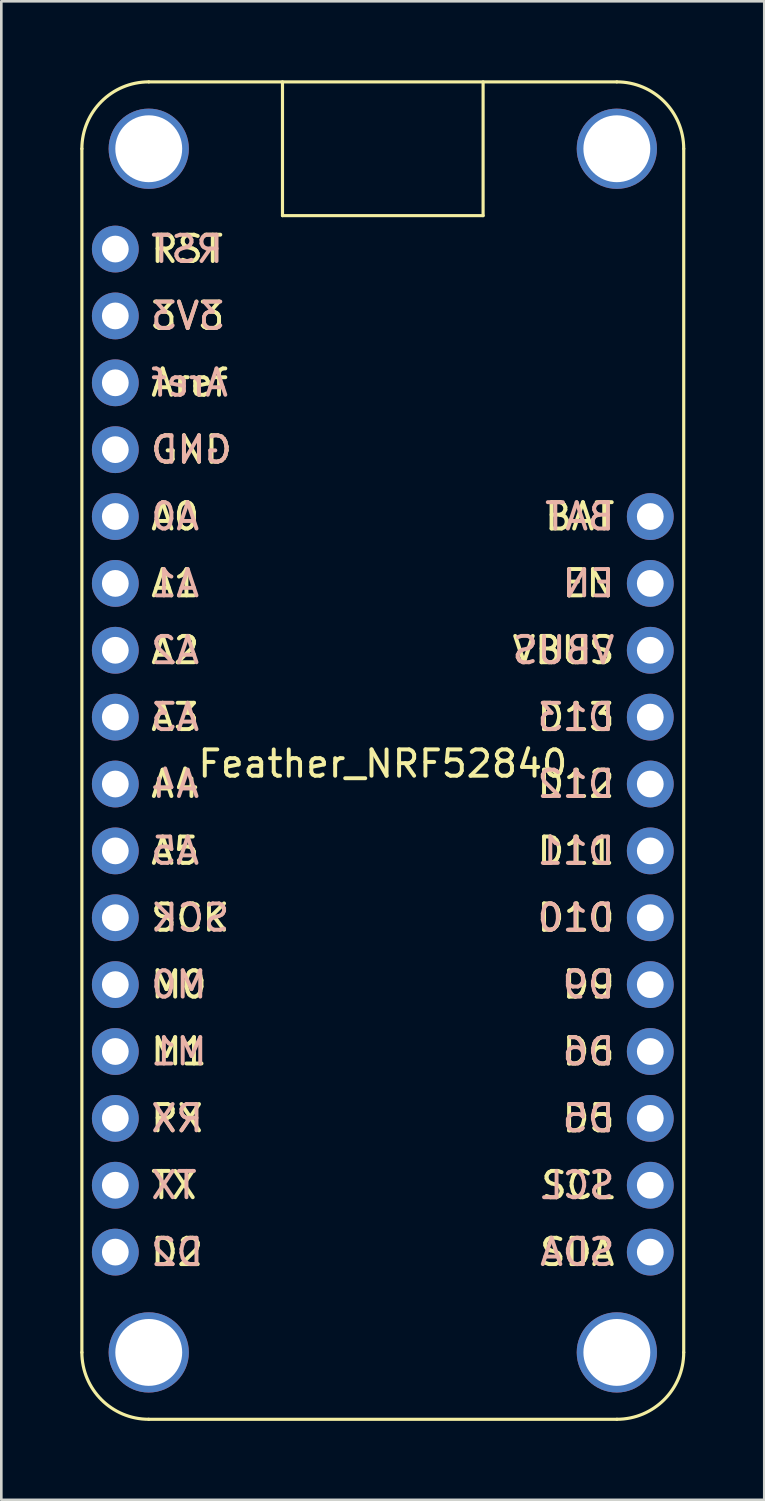
<source format=kicad_pcb>
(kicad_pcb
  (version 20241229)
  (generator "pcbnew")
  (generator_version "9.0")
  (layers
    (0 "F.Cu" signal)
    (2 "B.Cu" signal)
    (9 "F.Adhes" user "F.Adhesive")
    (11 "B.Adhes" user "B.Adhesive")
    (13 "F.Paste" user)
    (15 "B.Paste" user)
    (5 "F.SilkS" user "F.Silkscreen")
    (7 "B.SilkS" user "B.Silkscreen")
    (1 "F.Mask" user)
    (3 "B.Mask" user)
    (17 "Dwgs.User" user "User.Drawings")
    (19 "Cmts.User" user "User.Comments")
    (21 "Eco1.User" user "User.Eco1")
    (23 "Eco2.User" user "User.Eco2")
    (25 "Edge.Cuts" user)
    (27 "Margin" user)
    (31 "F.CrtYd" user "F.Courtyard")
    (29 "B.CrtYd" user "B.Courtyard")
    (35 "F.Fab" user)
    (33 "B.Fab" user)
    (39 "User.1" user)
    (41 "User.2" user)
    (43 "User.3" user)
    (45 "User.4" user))
  (footprint "Feather_NRF52840"
    (layer "F.Cu")
    (at 11.49 25.46)
    (property "Reference" "Feather_NRF52840" (at 0 0.5 0) (layer "F.SilkS") (effects (font (size 1 1) (thickness 0.15))))
    (attr through_hole)
    (fp_line (start -11.43 -22.86) (end -11.43 22.86) (stroke (width 0.12) (type solid)) (layer "F.SilkS"))
    (fp_line (start -8.89 25.4) (end 8.89 25.4) (stroke (width 0.12) (type solid)) (layer "F.SilkS"))
    (fp_line (start -3.81 -20.32) (end -3.81 -25.4) (stroke (width 0.12) (type solid)) (layer "F.SilkS"))
    (fp_line (start 3.81 -25.4) (end 3.81 -20.32) (stroke (width 0.12) (type solid)) (layer "F.SilkS"))
    (fp_line (start 3.81 -20.32) (end -3.81 -20.32) (stroke (width 0.12) (type solid)) (layer "F.SilkS"))
    (fp_line (start 8.89 -25.4) (end -8.89 -25.4) (stroke (width 0.12) (type solid)) (layer "F.SilkS"))
    (fp_line (start 11.43 22.86) (end 11.43 -22.86) (stroke (width 0.12) (type solid)) (layer "F.SilkS"))
    (fp_arc (start -11.43 -22.86) (mid -10.686051 -24.656051) (end -8.89 -25.4) (stroke (width 0.12) (type solid)) (layer "F.SilkS"))
    (fp_arc (start -8.89 25.4) (mid -10.686051 24.656051) (end -11.43 22.86) (stroke (width 0.12) (type solid)) (layer "F.SilkS"))
    (fp_arc (start 8.89 -25.4) (mid 10.686051 -24.656051) (end 11.43 -22.86) (stroke (width 0.12) (type solid)) (layer "F.SilkS"))
    (fp_arc (start 11.43 22.86) (mid 10.686051 24.656051) (end 8.89 25.4) (stroke (width 0.12) (type solid)) (layer "F.SilkS"))
    (fp_text user "A2" (at -8.89 -3.81 0) (layer "F.SilkS") (effects (font (size 1 1) (thickness 0.15)) (justify left)))
    (fp_text user "D13" (at 8.89 -1.27 0) (layer "F.SilkS") (effects (font (size 1 1) (thickness 0.15)) (justify right)))
    (fp_text user "SDA" (at 8.89 19.05 0) (layer "F.SilkS") (effects (font (size 1 1) (thickness 0.15)) (justify right)))
    (fp_text user "D11" (at 8.89 3.81 0) (layer "F.SilkS") (effects (font (size 1 1) (thickness 0.15)) (justify right)))
    (fp_text user "M0" (at -8.89 8.89 0) (layer "F.SilkS") (effects (font (size 1 1) (thickness 0.15)) (justify left)))
    (fp_text user "A1" (at -8.89 -6.35 0) (layer "F.SilkS") (effects (font (size 1 1) (thickness 0.15)) (justify left)))
    (fp_text user "SCK" (at -8.89 6.35 0) (layer "F.SilkS") (effects (font (size 1 1) (thickness 0.15)) (justify left)))
    (fp_text user "TX" (at -8.89 16.51 0) (layer "F.SilkS") (effects (font (size 1 1) (thickness 0.15)) (justify left)))
    (fp_text user "3V3" (at -8.89 -16.51 0) (layer "F.SilkS") (effects (font (size 1 1) (thickness 0.15)) (justify left)))
    (fp_text user "D10" (at 8.89 6.35 0) (layer "F.SilkS") (effects (font (size 1 1) (thickness 0.15)) (justify right)))
    (fp_text user "D12" (at 8.89 1.27 0) (layer "F.SilkS") (effects (font (size 1 1) (thickness 0.15)) (justify right)))
    (fp_text user "A0" (at -8.89 -8.89 0) (layer "F.SilkS") (effects (font (size 1 1) (thickness 0.15)) (justify left)))
    (fp_text user "BAT" (at 8.89 -8.89 0) (layer "F.SilkS") (effects (font (size 1 1) (thickness 0.15)) (justify right)))
    (fp_text user "GND" (at -8.89 -11.43 0) (layer "F.SilkS") (effects (font (size 1 1) (thickness 0.15)) (justify left)))
    (fp_text user "Aref" (at -8.89 -13.97 0) (layer "F.SilkS") (effects (font (size 1 1) (thickness 0.15)) (justify left)))
    (fp_text user "D9" (at 8.89 8.89 0) (layer "F.SilkS") (effects (font (size 1 1) (thickness 0.15)) (justify right)))
    (fp_text user "VBUS" (at 8.89 -3.81 0) (layer "F.SilkS") (effects (font (size 1 1) (thickness 0.15)) (justify right)))
    (fp_text user "A3" (at -8.89 -1.27 0) (layer "F.SilkS") (effects (font (size 1 1) (thickness 0.15)) (justify left)))
    (fp_text user "M1" (at -8.89 11.43 0) (layer "F.SilkS") (effects (font (size 1 1) (thickness 0.15)) (justify left)))
    (fp_text user "D2" (at -8.89 19.05 0) (layer "F.SilkS") (effects (font (size 1 1) (thickness 0.15)) (justify left)))
    (fp_text user "D6" (at 8.89 11.43 0) (layer "F.SilkS") (effects (font (size 1 1) (thickness 0.15)) (justify right)))
    (fp_text user "D5" (at 8.89 13.97 0) (layer "F.SilkS") (effects (font (size 1 1) (thickness 0.15)) (justify right)))
    (fp_text user "RX" (at -8.89 13.97 0) (layer "F.SilkS") (effects (font (size 1 1) (thickness 0.15)) (justify left)))
    (fp_text user "A5" (at -8.89 3.81 0) (layer "F.SilkS") (effects (font (size 1 1) (thickness 0.15)) (justify left)))
    (fp_text user "RST" (at -8.89 -19.05 0) (layer "F.SilkS") (effects (font (size 1 1) (thickness 0.15)) (justify left)))
    (fp_text user "SCL" (at 8.89 16.51 0) (layer "F.SilkS") (effects (font (size 1 1) (thickness 0.15)) (justify right)))
    (fp_text user "EN" (at 8.89 -6.35 0) (layer "F.SilkS") (effects (font (size 1 1) (thickness 0.15)) (justify right)))
    (fp_text user "A4" (at -8.89 1.27 0) (layer "F.SilkS") (effects (font (size 1 1) (thickness 0.15)) (justify left)))
    (fp_text user "M1" (at -8.89 11.43 180) (layer "B.SilkS") (effects (font (size 1 1) (thickness 0.15)) (justify right mirror)))
    (fp_text user "D9" (at 8.89 8.89 180) (layer "B.SilkS") (effects (font (size 1 1) (thickness 0.15)) (justify left mirror)))
    (fp_text user "D6" (at 8.89 11.43 180) (layer "B.SilkS") (effects (font (size 1 1) (thickness 0.15)) (justify left mirror)))
    (fp_text user "GND" (at -8.89 -11.43 180) (layer "B.SilkS") (effects (font (size 1 1) (thickness 0.15)) (justify right mirror)))
    (fp_text user "SCL" (at 8.89 16.51 180) (layer "B.SilkS") (effects (font (size 1 1) (thickness 0.15)) (justify left mirror)))
    (fp_text user "A5" (at -8.89 3.81 180) (layer "B.SilkS") (effects (font (size 1 1) (thickness 0.15)) (justify right mirror)))
    (fp_text user "RX" (at -8.89 13.97 180) (layer "B.SilkS") (effects (font (size 1 1) (thickness 0.15)) (justify right mirror)))
    (fp_text user "SDA" (at 8.89 19.05 180) (layer "B.SilkS") (effects (font (size 1 1) (thickness 0.15)) (justify left mirror)))
    (fp_text user "D13" (at 8.89 -1.27 180) (layer "B.SilkS") (effects (font (size 1 1) (thickness 0.15)) (justify left mirror)))
    (fp_text user "D2" (at -8.89 19.05 180) (layer "B.SilkS") (effects (font (size 1 1) (thickness 0.15)) (justify right mirror)))
    (fp_text user "A2" (at -8.89 -3.81 180) (layer "B.SilkS") (effects (font (size 1 1) (thickness 0.15)) (justify right mirror)))
    (fp_text user "RST" (at -8.89 -19.05 180) (layer "B.SilkS") (effects (font (size 1 1) (thickness 0.15)) (justify right mirror)))
    (fp_text user "M0" (at -8.89 8.89 180) (layer "B.SilkS") (effects (font (size 1 1) (thickness 0.15)) (justify right mirror)))
    (fp_text user "D12" (at 8.89 1.27 180) (layer "B.SilkS") (effects (font (size 1 1) (thickness 0.15)) (justify left mirror)))
    (fp_text user "A1" (at -8.89 -6.35 180) (layer "B.SilkS") (effects (font (size 1 1) (thickness 0.15)) (justify right mirror)))
    (fp_text user "BAT" (at 8.89 -8.89 180) (layer "B.SilkS") (effects (font (size 1 1) (thickness 0.15)) (justify left mirror)))
    (fp_text user "D10" (at 8.89 6.35 180) (layer "B.SilkS") (effects (font (size 1 1) (thickness 0.15)) (justify left mirror)))
    (fp_text user "SCK" (at -8.89 6.35 180) (layer "B.SilkS") (effects (font (size 1 1) (thickness 0.15)) (justify right mirror)))
    (fp_text user "D5" (at 8.89 13.97 180) (layer "B.SilkS") (effects (font (size 1 1) (thickness 0.15)) (justify left mirror)))
    (fp_text user "A4" (at -8.89 1.27 180) (layer "B.SilkS") (effects (font (size 1 1) (thickness 0.15)) (justify right mirror)))
    (fp_text user "TX" (at -8.89 16.51 180) (layer "B.SilkS") (effects (font (size 1 1) (thickness 0.15)) (justify right mirror)))
    (fp_text user "A0" (at -8.89 -8.89 180) (layer "B.SilkS") (effects (font (size 1 1) (thickness 0.15)) (justify right mirror)))
    (fp_text user "EN" (at 8.89 -6.35 180) (layer "B.SilkS") (effects (font (size 1 1) (thickness 0.15)) (justify left mirror)))
    (fp_text user "Aref" (at -8.89 -13.97 180) (layer "B.SilkS") (effects (font (size 1 1) (thickness 0.15)) (justify right mirror)))
    (fp_text user "VBUS" (at 8.89 -3.81 180) (layer "B.SilkS") (effects (font (size 1 1) (thickness 0.15)) (justify left mirror)))
    (fp_text user "A3" (at -8.89 -1.27 180) (layer "B.SilkS") (effects (font (size 1 1) (thickness 0.15)) (justify right mirror)))
    (fp_text user "3V3" (at -8.89 -16.51 180) (layer "B.SilkS") (effects (font (size 1 1) (thickness 0.15)) (justify right mirror)))
    (fp_text user "D11" (at 8.89 3.81 180) (layer "B.SilkS") (effects (font (size 1 1) (thickness 0.15)) (justify left mirror)))
    (pad "" np_thru_hole circle (at -8.89 -22.86) (size 3.048 3.048) (drill 2.54) (layers "*.Cu" "*.Mask"))
    (pad "" np_thru_hole circle (at -8.89 22.86) (size 3.048 3.048) (drill 2.54) (layers "*.Cu" "*.Mask"))
    (pad "" np_thru_hole circle (at 8.89 -22.86) (size 3.048 3.048) (drill 2.54) (layers "*.Cu" "*.Mask"))
    (pad "" np_thru_hole circle (at 8.89 22.86) (size 3.048 3.048) (drill 2.54) (layers "*.Cu" "*.Mask"))
    (pad "1" thru_hole circle (at -10.16 -19.05) (size 1.778 1.778) (drill 1.016) (layers "*.Mask" "B.Cu"))
    (pad "2" thru_hole circle (at -10.16 -16.51) (size 1.778 1.778) (drill 1.016) (layers "*.Mask" "B.Cu"))
    (pad "3" thru_hole circle (at -10.16 -13.97) (size 1.778 1.778) (drill 1.016) (layers "*.Mask" "B.Cu"))
    (pad "4" thru_hole circle (at -10.16 -11.43) (size 1.778 1.778) (drill 1.016) (layers "*.Mask" "B.Cu"))
    (pad "5" thru_hole circle (at -10.16 -8.89) (size 1.778 1.778) (drill 1.016) (layers "*.Mask" "B.Cu"))
    (pad "6" thru_hole circle (at -10.16 -6.35) (size 1.778 1.778) (drill 1.016) (layers "*.Mask" "B.Cu"))
    (pad "7" thru_hole circle (at -10.16 -3.81) (size 1.778 1.778) (drill 1.016) (layers "*.Mask" "B.Cu"))
    (pad "8" thru_hole circle (at -10.16 -1.27) (size 1.778 1.778) (drill 1.016) (layers "*.Mask" "B.Cu"))
    (pad "9" thru_hole circle (at -10.16 1.27) (size 1.778 1.778) (drill 1.016) (layers "*.Mask" "B.Cu"))
    (pad "10" thru_hole circle (at -10.16 3.81) (size 1.778 1.778) (drill 1.016) (layers "*.Mask" "B.Cu"))
    (pad "11" thru_hole circle (at -10.16 6.35) (size 1.778 1.778) (drill 1.016) (layers "*.Mask" "B.Cu"))
    (pad "12" thru_hole circle (at -10.16 8.89) (size 1.778 1.778) (drill 1.016) (layers "*.Mask" "B.Cu"))
    (pad "13" thru_hole circle (at -10.16 11.43) (size 1.778 1.778) (drill 1.016) (layers "*.Mask" "B.Cu"))
    (pad "14" thru_hole circle (at -10.16 13.97) (size 1.778 1.778) (drill 1.016) (layers "*.Mask" "B.Cu"))
    (pad "15" thru_hole circle (at -10.16 16.51) (size 1.778 1.778) (drill 1.016) (layers "*.Mask" "B.Cu"))
    (pad "16" thru_hole circle (at -10.16 19.05) (size 1.778 1.778) (drill 1.016) (layers "*.Mask" "B.Cu"))
    (pad "17" thru_hole circle (at 10.16 19.05) (size 1.778 1.778) (drill 1.016) (layers "*.Mask" "B.Cu"))
    (pad "18" thru_hole circle (at 10.16 16.51) (size 1.778 1.778) (drill 1.016) (layers "*.Mask" "B.Cu"))
    (pad "19" thru_hole circle (at 10.16 13.97) (size 1.778 1.778) (drill 1.016) (layers "*.Mask" "B.Cu"))
    (pad "20" thru_hole circle (at 10.16 11.43) (size 1.778 1.778) (drill 1.016) (layers "*.Mask" "B.Cu"))
    (pad "21" thru_hole circle (at 10.16 8.89) (size 1.778 1.778) (drill 1.016) (layers "*.Mask" "B.Cu"))
    (pad "22" thru_hole circle (at 10.16 6.35) (size 1.778 1.778) (drill 1.016) (layers "*.Mask" "B.Cu"))
    (pad "23" thru_hole circle (at 10.16 3.81) (size 1.778 1.778) (drill 1.016) (layers "*.Mask" "B.Cu"))
    (pad "24" thru_hole circle (at 10.16 1.27) (size 1.778 1.778) (drill 1.016) (layers "*.Mask" "B.Cu"))
    (pad "25" thru_hole circle (at 10.16 -1.27) (size 1.778 1.778) (drill 1.016) (layers "*.Mask" "B.Cu"))
    (pad "26" thru_hole circle (at 10.16 -3.81) (size 1.778 1.778) (drill 1.016) (layers "*.Mask" "B.Cu"))
    (pad "27" thru_hole circle (at 10.16 -6.35) (size 1.778 1.778) (drill 1.016) (layers "*.Mask" "B.Cu"))
    (pad "28" thru_hole circle (at 10.16 -8.89) (size 1.778 1.778) (drill 1.016) (layers "*.Mask" "B.Cu")))
  (gr_rect
    (start -3 -3)
    (end 25.98 53.92)
    (stroke (width 0.1) (type default))
    (fill no)
    (layer "Edge.Cuts")))
</source>
